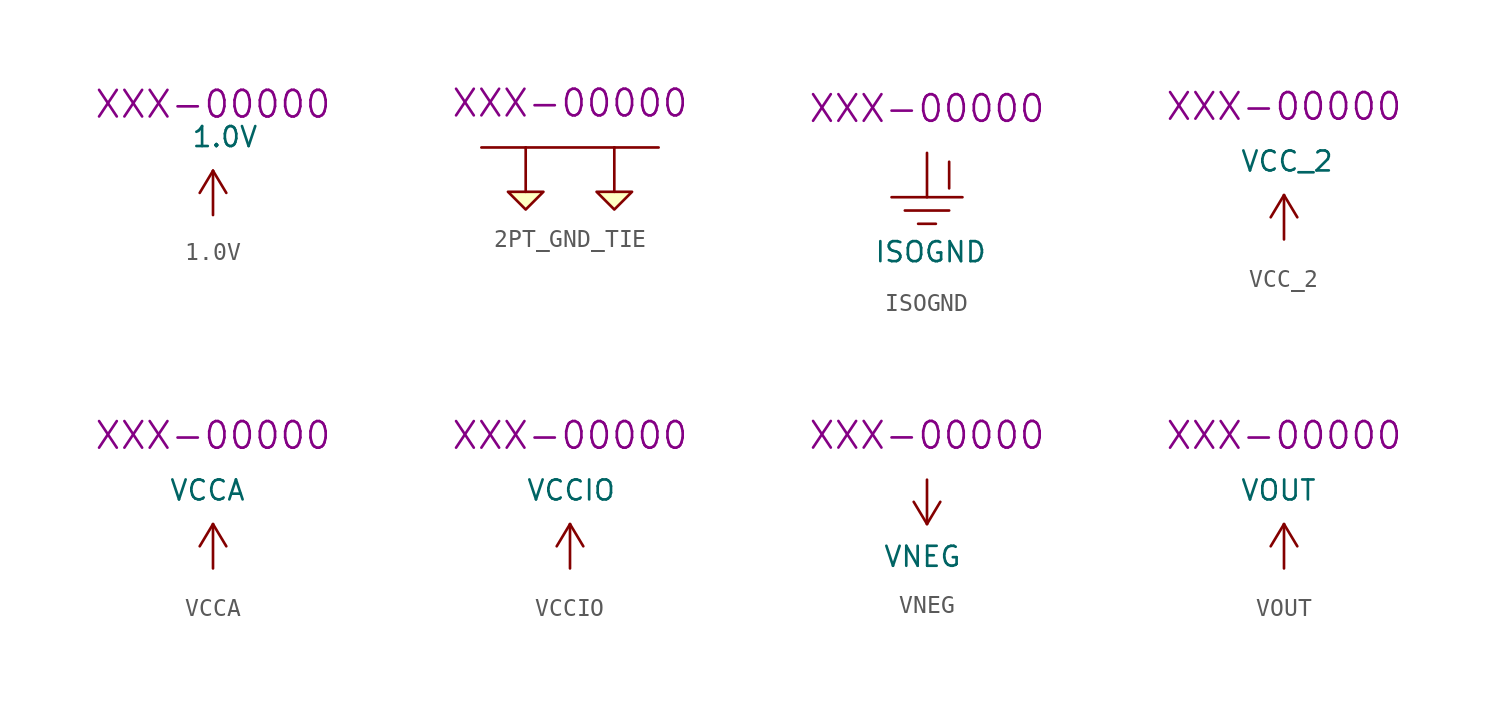
<source format=kicad_sym>
(kicad_symbol_lib
  (version 20220914)
  (generator kicad_symbol_editor)
  (symbol "1.0V"
    (power)
    (pin_numbers hide)
    (pin_names
      (offset 1.016) hide)
    (property "Reference" "#SUPPLY"
      (at 1.27 0 0)
      (effects (font (size 1.143 1.143)) (justify left bottom) hide))
    (property "Value" "1.0V"
      (at -1.27 3.81 0)
      (effects (font (size 1.143 1.143)) (justify left bottom)))
    (property "Footprint" "XXX-00000"
      (at 0 6.35 0)
      (effects (font (size 1.524 1.524))))
    (property "ki_locked" ""
      (at 0 0 0)
      (effects (font (size 1.27 1.27))))
    (symbol "1.0V_1_0"
      (polyline (pts (xy 0 0) (xy 0 2.54)) (stroke (width 0) (type solid)) (fill (type none)))
      (polyline (pts (xy 0 2.54) (xy -0.762 1.27)) (stroke (width 0) (type solid)) (fill (type none)))
      (polyline (pts (xy 0.762 1.27) (xy 0 2.54)) (stroke (width 0) (type solid)) (fill (type none))))
    (symbol "1.0V_1_1"
      (pin power_in line (at 0 0 90) (length 0) hide (name "1.0V" (effects (font (size 1.016 1.016)))) (number "~" (effects (font (size 1.016 1.016)))))))
  (symbol "2PT_GND_TIE"
    (pin_numbers hide)
    (pin_names
      (offset 0) hide)
    (property "Reference" "SUPPLY"
      (at 0 -5.08 0)
      (effects (font (size 1.143 1.143)) hide))
    (property "PROD_ID" "XXX-00000"
      (at 0 2.54 0)
      (effects (font (size 1.524 1.524))))
    (symbol "2PT_GND_TIE_0_1"
      (polyline (pts (xy -2.54 0) (xy -5.08 0)) (stroke (width 0) (type solid)) (fill (type none)))
      (polyline (pts (xy 2.54 0) (xy 5.08 0)) (stroke (width 0) (type solid)) (fill (type none))))
    (symbol "2PT_GND_TIE_1_0"
      (polyline (pts (xy -2.54 -2.54) (xy -2.54 0)) (stroke (width 0) (type solid)) (fill (type none)))
      (polyline (pts (xy -2.54 0) (xy 2.54 0)) (stroke (width 0) (type solid)) (fill (type none)))
      (polyline (pts (xy 2.54 0) (xy 2.54 -2.54)) (stroke (width 0) (type solid)) (fill (type none))))
    (symbol "2PT_GND_TIE_1_1"
      (polyline (pts (xy -3.556 -2.54) (xy -2.54 -2.54) (xy -1.524 -2.54) (xy -2.54 -3.556) (xy -3.556 -2.54)) (stroke (width 0) (type solid)) (fill (type background)))
      (polyline (pts (xy 1.524 -2.54) (xy 2.54 -2.54) (xy 3.556 -2.54) (xy 2.54 -3.556) (xy 1.524 -2.54)) (stroke (width 0) (type solid)) (fill (type background)))
      (pin bidirectional line (at -5.08 0 0) (length 0) hide (name "P$1" (effects (font (size 1.016 1.016)))) (number "P$1" (effects (font (size 1.016 1.016)))))
      (pin bidirectional line (at 5.08 0 180) (length 0) hide (name "P$2" (effects (font (size 1.016 1.016)))) (number "P$2" (effects (font (size 1.016 1.016)))))))
  (symbol "ISOGND"
    (power)
    (pin_numbers hide)
    (pin_names
      (offset 1.016) hide)
    (property "Reference" "#GND-ISO"
      (at 2.54 -1.27 0)
      (effects (font (size 1.143 1.143)) (justify left bottom) hide))
    (property "Value" "ISOGND"
      (at -3.048 -6.35 0)
      (effects (font (size 1.143 1.143)) (justify left bottom)))
    (property "Footprint" "XXX-00000"
      (at 0 2.54 0)
      (effects (font (size 1.524 1.524))))
    (property "ki_locked" ""
      (at 0 0 0)
      (effects (font (size 1.27 1.27))))
    (symbol "ISOGND_1_0"
      (polyline (pts (xy -2.032 -2.54) (xy 2.032 -2.54)) (stroke (width 0) (type solid)) (fill (type none)))
      (polyline (pts (xy -1.27 -3.302) (xy 1.27 -3.302)) (stroke (width 0) (type solid)) (fill (type none)))
      (polyline (pts (xy -0.508 -4.064) (xy 0.508 -4.064)) (stroke (width 0) (type solid)) (fill (type none)))
      (polyline (pts (xy 0 0) (xy 0 -2.54)) (stroke (width 0) (type solid)) (fill (type none)))
      (polyline (pts (xy 1.27 -0.508) (xy 1.27 -2.032)) (stroke (width 0) (type solid)) (fill (type none))))
    (symbol "ISOGND_1_1"
      (pin power_in line (at 0 0 270) (length 0) hide (name "GND-ISO" (effects (font (size 1.016 1.016)))) (number "~" (effects (font (size 1.016 1.016)))))))
  (symbol "VCC_2"
    (power)
    (pin_numbers hide)
    (pin_names
      (offset 1.016) hide)
    (property "Reference" "#SUPPLY"
      (at 1.27 0 0)
      (effects (font (size 1.143 1.143)) (justify left bottom) hide))
    (property "Value" "VCC_2"
      (at -2.54 3.81 0)
      (effects (font (size 1.143 1.143)) (justify left bottom)))
    (property "Footprint" "XXX-00000"
      (at 0 7.62 0)
      (effects (font (size 1.524 1.524))))
    (property "ki_locked" ""
      (at 0 0 0)
      (effects (font (size 1.27 1.27))))
    (symbol "VCC_2_1_0"
      (polyline (pts (xy 0 0) (xy 0 2.54)) (stroke (width 0) (type solid)) (fill (type none)))
      (polyline (pts (xy 0 2.54) (xy -0.762 1.27)) (stroke (width 0) (type solid)) (fill (type none)))
      (polyline (pts (xy 0.762 1.27) (xy 0 2.54)) (stroke (width 0) (type solid)) (fill (type none))))
    (symbol "VCC_2_1_1"
      (pin power_in line (at 0 0 90) (length 0) hide (name "VCC_2" (effects (font (size 1.016 1.016)))) (number "~" (effects (font (size 1.016 1.016)))))))
  (symbol "VCCA"
    (power)
    (pin_numbers hide)
    (pin_names
      (offset 1.016) hide)
    (property "Reference" "#M"
      (at 1.27 0 0)
      (effects (font (size 1.143 1.143)) (justify left bottom) hide))
    (property "Value" "VCCA"
      (at -2.54 3.81 0)
      (effects (font (size 1.143 1.143)) (justify left bottom)))
    (property "Footprint" "XXX-00000"
      (at 0 7.62 0)
      (effects (font (size 1.524 1.524))))
    (property "ki_locked" ""
      (at 0 0 0)
      (effects (font (size 1.27 1.27))))
    (symbol "VCCA_1_0"
      (polyline (pts (xy 0 0) (xy 0 2.54)) (stroke (width 0) (type solid)) (fill (type none)))
      (polyline (pts (xy 0 2.54) (xy -0.762 1.27)) (stroke (width 0) (type solid)) (fill (type none)))
      (polyline (pts (xy 0.762 1.27) (xy 0 2.54)) (stroke (width 0) (type solid)) (fill (type none))))
    (symbol "VCCA_1_1"
      (pin power_in line (at 0 0 90) (length 0) hide (name "VCCA" (effects (font (size 1.016 1.016)))) (number "~" (effects (font (size 1.016 1.016)))))))
  (symbol "VCCIO"
    (power)
    (pin_numbers hide)
    (pin_names
      (offset 1.016) hide)
    (property "Reference" "#SUPPLY"
      (at 1.27 0 0)
      (effects (font (size 1.143 1.143)) (justify left bottom) hide))
    (property "Value" "VCCIO"
      (at -2.54 3.81 0)
      (effects (font (size 1.143 1.143)) (justify left bottom)))
    (property "Footprint" "XXX-00000"
      (at 0 7.62 0)
      (effects (font (size 1.524 1.524))))
    (property "ki_locked" ""
      (at 0 0 0)
      (effects (font (size 1.27 1.27))))
    (symbol "VCCIO_1_0"
      (polyline (pts (xy 0 0) (xy 0 2.54)) (stroke (width 0) (type solid)) (fill (type none)))
      (polyline (pts (xy 0 2.54) (xy -0.762 1.27)) (stroke (width 0) (type solid)) (fill (type none)))
      (polyline (pts (xy 0.762 1.27) (xy 0 2.54)) (stroke (width 0) (type solid)) (fill (type none))))
    (symbol "VCCIO_1_1"
      (pin power_in line (at 0 0 90) (length 0) hide (name "VCCIO" (effects (font (size 1.016 1.016)))) (number "~" (effects (font (size 1.016 1.016)))))))
  (symbol "VNEG"
    (power)
    (pin_numbers hide)
    (pin_names
      (offset 1.016) hide)
    (property "Reference" "#SUPPLY"
      (at 1.27 -1.27 0)
      (effects (font (size 1.143 1.143)) (justify left bottom) hide))
    (property "Value" "VNEG"
      (at -2.54 -5.08 0)
      (effects (font (size 1.143 1.143)) (justify left bottom)))
    (property "Footprint" "XXX-00000"
      (at 0 2.54 0)
      (effects (font (size 1.524 1.524))))
    (property "ki_locked" ""
      (at 0 0 0)
      (effects (font (size 1.27 1.27))))
    (symbol "VNEG_1_0"
      (polyline (pts (xy 0 -2.54) (xy -0.762 -1.27)) (stroke (width 0) (type solid)) (fill (type none)))
      (polyline (pts (xy 0 0) (xy 0 -2.54)) (stroke (width 0) (type solid)) (fill (type none)))
      (polyline (pts (xy 0.762 -1.27) (xy 0 -2.54)) (stroke (width 0) (type solid)) (fill (type none))))
    (symbol "VNEG_1_1"
      (pin power_in line (at 0 0 270) (length 0) hide (name "VNEG" (effects (font (size 1.016 1.016)))) (number "~" (effects (font (size 1.016 1.016)))))))
  (symbol "VOUT"
    (power)
    (pin_numbers hide)
    (pin_names
      (offset 1.016) hide)
    (property "Reference" "#SUPPLY"
      (at 1.27 0 0)
      (effects (font (size 1.143 1.143)) (justify left bottom) hide))
    (property "Value" "VOUT"
      (at -2.54 3.81 0)
      (effects (font (size 1.143 1.143)) (justify left bottom)))
    (property "Footprint" "XXX-00000"
      (at 0 7.62 0)
      (effects (font (size 1.524 1.524))))
    (property "ki_locked" ""
      (at 0 0 0)
      (effects (font (size 1.27 1.27))))
    (symbol "VOUT_1_0"
      (polyline (pts (xy 0 0) (xy 0 2.54)) (stroke (width 0) (type solid)) (fill (type none)))
      (polyline (pts (xy 0 2.54) (xy -0.762 1.27)) (stroke (width 0) (type solid)) (fill (type none)))
      (polyline (pts (xy 0.762 1.27) (xy 0 2.54)) (stroke (width 0) (type solid)) (fill (type none))))
    (symbol "VOUT_1_1"
      (pin power_in line (at 0 0 90) (length 0) hide (name "VOUT" (effects (font (size 1.016 1.016)))) (number "~" (effects (font (size 1.016 1.016))))))))
</source>
